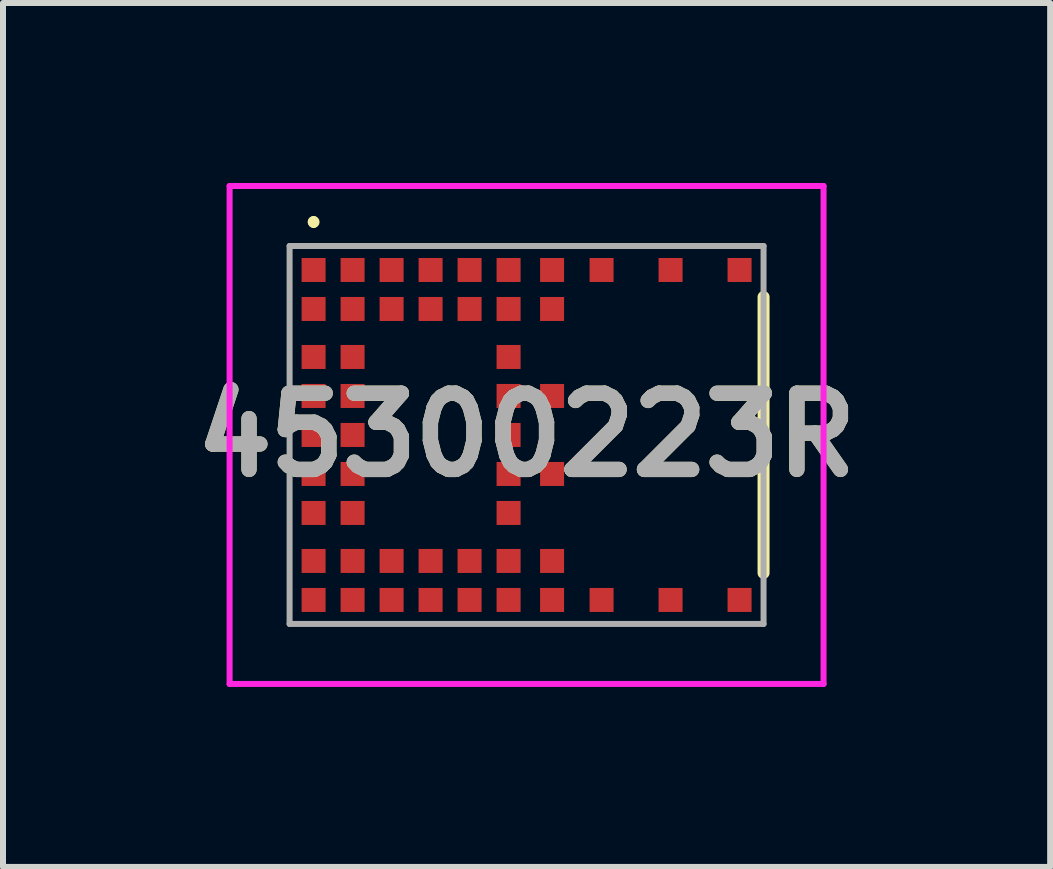
<source format=kicad_pcb>
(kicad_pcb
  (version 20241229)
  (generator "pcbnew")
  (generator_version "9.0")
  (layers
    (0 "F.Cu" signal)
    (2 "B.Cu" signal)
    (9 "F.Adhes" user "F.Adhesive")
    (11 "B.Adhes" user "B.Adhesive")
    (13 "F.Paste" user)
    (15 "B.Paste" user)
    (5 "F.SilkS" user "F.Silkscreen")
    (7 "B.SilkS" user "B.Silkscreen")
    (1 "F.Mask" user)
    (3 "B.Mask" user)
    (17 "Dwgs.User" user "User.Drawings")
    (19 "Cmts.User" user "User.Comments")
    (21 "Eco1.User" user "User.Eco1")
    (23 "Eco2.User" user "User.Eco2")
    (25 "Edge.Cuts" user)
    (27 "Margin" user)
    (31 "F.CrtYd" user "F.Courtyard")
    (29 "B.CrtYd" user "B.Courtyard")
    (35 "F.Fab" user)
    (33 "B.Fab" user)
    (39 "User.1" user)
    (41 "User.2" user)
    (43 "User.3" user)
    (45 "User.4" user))
  (footprint "45300223R"
    (layer "F.Cu")
    (at 5.727 4.2)
    (property "Reference" "45300223R" (at 0 0 0) (layer "F.SilkS") (effects (font (size 1.27 1.27) (thickness 0.254))))
    (attr smd)
    (fp_line (start -3.55 -3.6) (end -3.55 -3.6) (stroke (width 0.1) (type solid)) (layer "F.SilkS"))
    (fp_line (start -3.55 -3.5) (end -3.55 -3.5) (stroke (width 0.1) (type solid)) (layer "F.SilkS"))
    (fp_line (start 3.95 -2.3) (end 3.95 2.3) (stroke (width 0.2) (type solid)) (layer "F.SilkS"))
    (fp_arc (start -3.55 -3.6) (mid -3.5 -3.55) (end -3.55 -3.5) (stroke (width 0.1) (type solid)) (layer "F.SilkS"))
    (fp_arc (start -3.55 -3.5) (mid -3.6 -3.55) (end -3.55 -3.6) (stroke (width 0.1) (type solid)) (layer "F.SilkS"))
    (fp_line (start -4.95 -4.15) (end 4.95 -4.15) (stroke (width 0.1) (type solid)) (layer "F.CrtYd"))
    (fp_line (start -4.95 4.15) (end -4.95 -4.15) (stroke (width 0.1) (type solid)) (layer "F.CrtYd"))
    (fp_line (start 4.95 -4.15) (end 4.95 4.15) (stroke (width 0.1) (type solid)) (layer "F.CrtYd"))
    (fp_line (start 4.95 4.15) (end -4.95 4.15) (stroke (width 0.1) (type solid)) (layer "F.CrtYd"))
    (fp_line (start -3.95 -3.15) (end 3.95 -3.15) (stroke (width 0.1) (type solid)) (layer "F.Fab"))
    (fp_line (start -3.95 3.15) (end -3.95 -3.15) (stroke (width 0.1) (type solid)) (layer "F.Fab"))
    (fp_line (start 3.95 -3.15) (end 3.95 3.15) (stroke (width 0.1) (type solid)) (layer "F.Fab"))
    (fp_line (start 3.95 3.15) (end -3.95 3.15) (stroke (width 0.1) (type solid)) (layer "F.Fab"))
    (fp_text user "${REFERENCE}" (at 0 0 0) (layer "F.Fab") (effects (font (size 1.27 1.27) (thickness 0.254))))
    (pad "1" smd rect (at -3.55 -2.75 90) (size 0.4 0.4) (layers "F.Cu" "F.Mask" "F.Paste"))
    (pad "2" smd rect (at -2.9 -2.75 90) (size 0.4 0.4) (layers "F.Cu" "F.Mask" "F.Paste"))
    (pad "3" smd rect (at -3.55 -2.1 90) (size 0.4 0.4) (layers "F.Cu" "F.Mask" "F.Paste"))
    (pad "4" smd rect (at -2.9 -2.1 90) (size 0.4 0.4) (layers "F.Cu" "F.Mask" "F.Paste"))
    (pad "5" smd rect (at -3.55 -1.3 90) (size 0.4 0.4) (layers "F.Cu" "F.Mask" "F.Paste"))
    (pad "6" smd rect (at -2.9 -1.3 90) (size 0.4 0.4) (layers "F.Cu" "F.Mask" "F.Paste"))
    (pad "7" smd rect (at -3.55 -0.65 90) (size 0.4 0.4) (layers "F.Cu" "F.Mask" "F.Paste"))
    (pad "8" smd rect (at -2.9 -0.65 90) (size 0.4 0.4) (layers "F.Cu" "F.Mask" "F.Paste"))
    (pad "9" smd rect (at -3.55 0 90) (size 0.4 0.4) (layers "F.Cu" "F.Mask" "F.Paste"))
    (pad "10" smd rect (at -2.9 0 90) (size 0.4 0.4) (layers "F.Cu" "F.Mask" "F.Paste"))
    (pad "11" smd rect (at -3.55 0.65 90) (size 0.4 0.4) (layers "F.Cu" "F.Mask" "F.Paste"))
    (pad "12" smd rect (at -2.9 0.65 90) (size 0.4 0.4) (layers "F.Cu" "F.Mask" "F.Paste"))
    (pad "13" smd rect (at -3.55 1.3 90) (size 0.4 0.4) (layers "F.Cu" "F.Mask" "F.Paste"))
    (pad "14" smd rect (at -2.9 1.3 90) (size 0.4 0.4) (layers "F.Cu" "F.Mask" "F.Paste"))
    (pad "15" smd rect (at -3.55 2.1 90) (size 0.4 0.4) (layers "F.Cu" "F.Mask" "F.Paste"))
    (pad "16" smd rect (at -2.9 2.1 90) (size 0.4 0.4) (layers "F.Cu" "F.Mask" "F.Paste"))
    (pad "17" smd rect (at -3.55 2.75 90) (size 0.4 0.4) (layers "F.Cu" "F.Mask" "F.Paste"))
    (pad "18" smd rect (at -2.9 2.75 90) (size 0.4 0.4) (layers "F.Cu" "F.Mask" "F.Paste"))
    (pad "19" smd rect (at -2.25 2.75 90) (size 0.4 0.4) (layers "F.Cu" "F.Mask" "F.Paste"))
    (pad "20" smd rect (at -2.25 2.1 90) (size 0.4 0.4) (layers "F.Cu" "F.Mask" "F.Paste"))
    (pad "21" smd rect (at -1.6 2.75 90) (size 0.4 0.4) (layers "F.Cu" "F.Mask" "F.Paste"))
    (pad "22" smd rect (at -1.6 2.1 90) (size 0.4 0.4) (layers "F.Cu" "F.Mask" "F.Paste"))
    (pad "23" smd rect (at -0.95 2.75 90) (size 0.4 0.4) (layers "F.Cu" "F.Mask" "F.Paste"))
    (pad "24" smd rect (at -0.95 2.1 90) (size 0.4 0.4) (layers "F.Cu" "F.Mask" "F.Paste"))
    (pad "25" smd rect (at -0.3 2.75 90) (size 0.4 0.4) (layers "F.Cu" "F.Mask" "F.Paste"))
    (pad "26" smd rect (at -0.3 2.1 90) (size 0.4 0.4) (layers "F.Cu" "F.Mask" "F.Paste"))
    (pad "27" smd rect (at 0.425 2.75 90) (size 0.4 0.4) (layers "F.Cu" "F.Mask" "F.Paste"))
    (pad "28" smd rect (at 0.425 2.1 90) (size 0.4 0.4) (layers "F.Cu" "F.Mask" "F.Paste"))
    (pad "29" smd rect (at -0.3 1.3 90) (size 0.4 0.4) (layers "F.Cu" "F.Mask" "F.Paste"))
    (pad "30" smd rect (at -0.3 0.65 90) (size 0.4 0.4) (layers "F.Cu" "F.Mask" "F.Paste"))
    (pad "31" smd rect (at 0.425 0.65 90) (size 0.4 0.4) (layers "F.Cu" "F.Mask" "F.Paste"))
    (pad "32" smd rect (at -0.3 0 90) (size 0.4 0.4) (layers "F.Cu" "F.Mask" "F.Paste"))
    (pad "33" smd rect (at -0.3 -0.65 90) (size 0.4 0.4) (layers "F.Cu" "F.Mask" "F.Paste"))
    (pad "34" smd rect (at 0.425 -0.65 90) (size 0.4 0.4) (layers "F.Cu" "F.Mask" "F.Paste"))
    (pad "35" smd rect (at -0.3 -1.3 90) (size 0.4 0.4) (layers "F.Cu" "F.Mask" "F.Paste"))
    (pad "36" smd rect (at 0.425 -2.1 90) (size 0.4 0.4) (layers "F.Cu" "F.Mask" "F.Paste"))
    (pad "37" smd rect (at 0.425 -2.75 90) (size 0.4 0.4) (layers "F.Cu" "F.Mask" "F.Paste"))
    (pad "38" smd rect (at -0.3 -2.1 90) (size 0.4 0.4) (layers "F.Cu" "F.Mask" "F.Paste"))
    (pad "39" smd rect (at -0.3 -2.75 90) (size 0.4 0.4) (layers "F.Cu" "F.Mask" "F.Paste"))
    (pad "40" smd rect (at -0.95 -2.1 90) (size 0.4 0.4) (layers "F.Cu" "F.Mask" "F.Paste"))
    (pad "41" smd rect (at -0.95 -2.75 90) (size 0.4 0.4) (layers "F.Cu" "F.Mask" "F.Paste"))
    (pad "42" smd rect (at -1.6 -2.1 90) (size 0.4 0.4) (layers "F.Cu" "F.Mask" "F.Paste"))
    (pad "43" smd rect (at -1.6 -2.75 90) (size 0.4 0.4) (layers "F.Cu" "F.Mask" "F.Paste"))
    (pad "44" smd rect (at -2.25 -2.1 90) (size 0.4 0.4) (layers "F.Cu" "F.Mask" "F.Paste"))
    (pad "45" smd rect (at -2.25 -2.75 90) (size 0.4 0.4) (layers "F.Cu" "F.Mask" "F.Paste"))
    (pad "46" smd rect (at 1.25 -2.75 90) (size 0.4 0.4) (layers "F.Cu" "F.Mask" "F.Paste"))
    (pad "47" smd rect (at 2.4 -2.75 90) (size 0.4 0.4) (layers "F.Cu" "F.Mask" "F.Paste"))
    (pad "48" smd rect (at 3.55 -2.75 90) (size 0.4 0.4) (layers "F.Cu" "F.Mask" "F.Paste"))
    (pad "49" smd rect (at 1.25 2.75 90) (size 0.4 0.4) (layers "F.Cu" "F.Mask" "F.Paste"))
    (pad "50" smd rect (at 2.4 2.75 90) (size 0.4 0.4) (layers "F.Cu" "F.Mask" "F.Paste"))
    (pad "51" smd rect (at 3.55 2.75 90) (size 0.4 0.4) (layers "F.Cu" "F.Mask" "F.Paste"))
    (zone (net_name "") (layers "F.Cu" "B.Cu") (name "RF_Keepout") (hatch edge 0.5) (connect_pads) (min_thickness 0.25) (filled_areas_thickness no) (keepout (tracks not_allowed) (vias not_allowed) (pads not_allowed) (copperpour not_allowed) (footprints allowed)) (placement (enabled no)) (fill) (polygon (pts (xy 6.677 1.7) (xy 9.677 1.7) (xy 9.677 6.7) (xy 6.677 6.7)))))
  (gr_rect
    (start -3 -3)
    (end 14.454 11.4)
    (stroke (width 0.1) (type default))
    (fill no)
    (layer "Edge.Cuts")))
</source>
